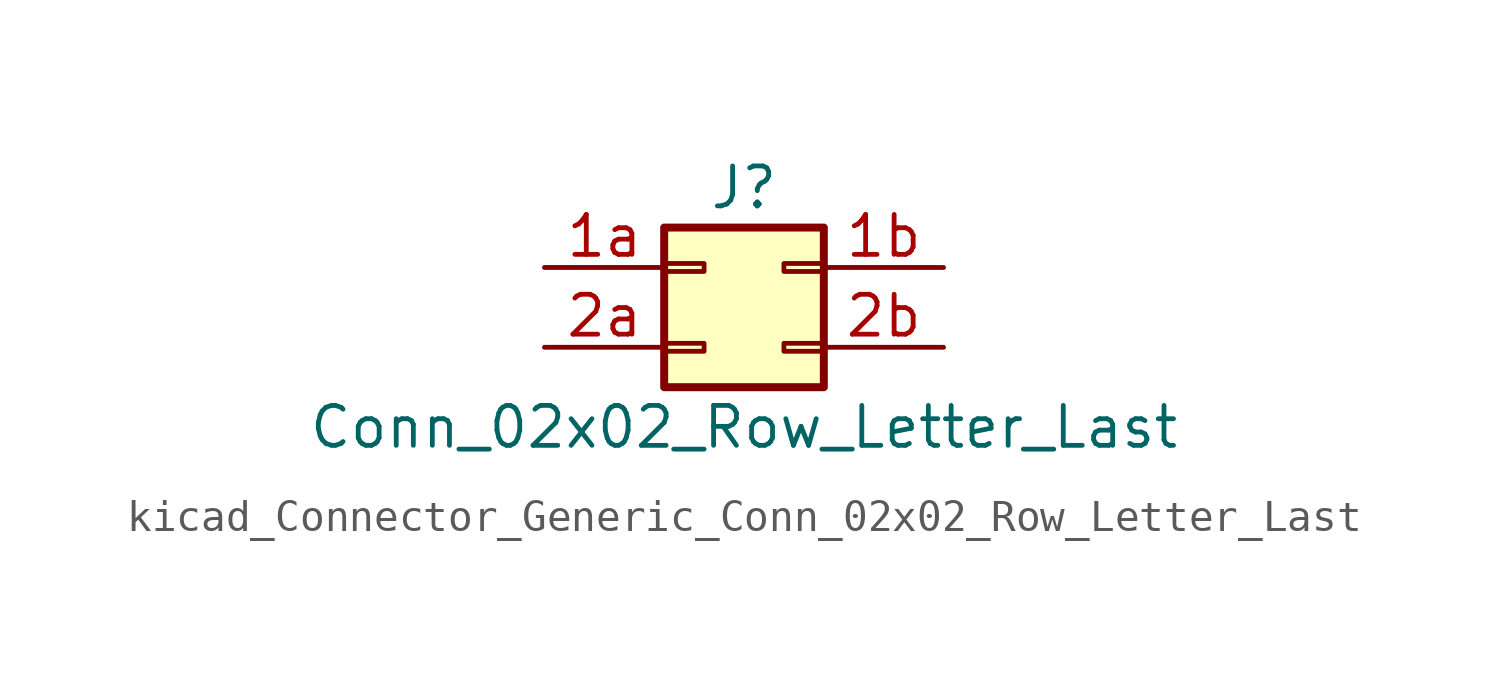
<source format=kicad_sym>
(kicad_symbol_lib
  (version 20220914)
  (generator kicad_symbol_editor)
  (symbol "kicad_Connector_Generic_Conn_02x02_Row_Letter_Last"
    (pin_names
      (offset 1.016) hide)
    (property "Reference" "J"
      (at 1.27 2.54 0)
      (effects (font (size 1.27 1.27))))
    (property "Value" "Conn_02x02_Row_Letter_Last"
      (at 1.27 -5.08 0)
      (effects (font (size 1.27 1.27))))
    (symbol "kicad_Connector_Generic_Conn_02x02_Row_Letter_Last_1_1"
      (rectangle (start -1.27 -2.413) (end 0 -2.667) (stroke (width 0.152) (type default)) (fill (type none)))
      (rectangle (start -1.27 0.127) (end 0 -0.127) (stroke (width 0.152) (type default)) (fill (type none)))
      (rectangle (start -1.27 1.27) (end 3.81 -3.81) (stroke (width 0.254) (type default)) (fill (type background)))
      (rectangle (start 3.81 -2.413) (end 2.54 -2.667) (stroke (width 0.152) (type default)) (fill (type none)))
      (rectangle (start 3.81 0.127) (end 2.54 -0.127) (stroke (width 0.152) (type default)) (fill (type none)))
      (pin passive line (at -5.08 0 0) (length 3.81) (name "Pin_1a" (effects (font (size 1.27 1.27)))) (number "1a" (effects (font (size 1.27 1.27)))))
      (pin passive line (at 7.62 0 180) (length 3.81) (name "Pin_1b" (effects (font (size 1.27 1.27)))) (number "1b" (effects (font (size 1.27 1.27)))))
      (pin passive line (at -5.08 -2.54 0) (length 3.81) (name "Pin_2a" (effects (font (size 1.27 1.27)))) (number "2a" (effects (font (size 1.27 1.27)))))
      (pin passive line (at 7.62 -2.54 180) (length 3.81) (name "Pin_2b" (effects (font (size 1.27 1.27)))) (number "2b" (effects (font (size 1.27 1.27))))))))
</source>
